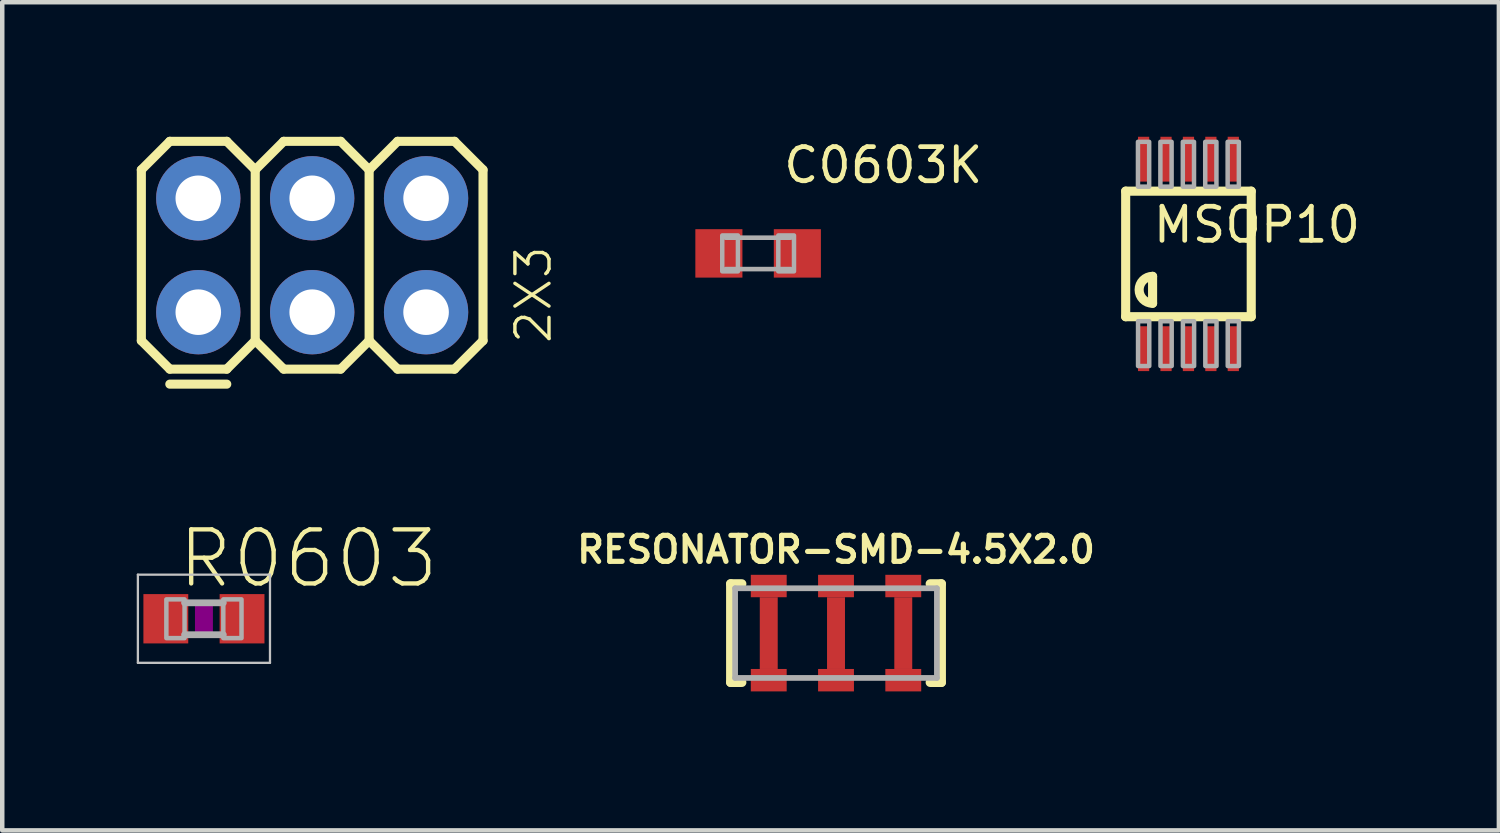
<source format=kicad_pcb>
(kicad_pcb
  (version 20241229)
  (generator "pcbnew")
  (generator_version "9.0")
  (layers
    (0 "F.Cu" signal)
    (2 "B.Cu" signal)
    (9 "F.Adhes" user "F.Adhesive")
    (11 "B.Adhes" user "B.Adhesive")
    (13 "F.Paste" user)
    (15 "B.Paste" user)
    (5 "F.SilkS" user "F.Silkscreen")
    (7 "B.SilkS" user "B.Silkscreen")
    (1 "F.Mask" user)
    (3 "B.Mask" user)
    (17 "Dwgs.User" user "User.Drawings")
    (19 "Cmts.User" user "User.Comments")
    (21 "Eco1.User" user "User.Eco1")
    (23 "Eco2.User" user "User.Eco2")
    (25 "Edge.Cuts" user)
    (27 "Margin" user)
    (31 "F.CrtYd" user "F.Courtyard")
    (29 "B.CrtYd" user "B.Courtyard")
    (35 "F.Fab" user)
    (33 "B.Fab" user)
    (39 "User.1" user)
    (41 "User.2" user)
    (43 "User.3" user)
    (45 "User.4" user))
  (footprint "C0603K"
    (layer "F.Cu")
    (at 13.857 2.601)
    (property "Reference" "C0603K" (at 0.513 -1.522 0) (layer "F.SilkS") (effects (font (size 0.76 0.76) (thickness 0.106)) (justify left bottom)))
    (attr through_hole)
    (fp_line (start -0.725 -0.35) (end 0.725 -0.35) (stroke (width 0.102) (type solid)) (layer "F.Fab"))
    (fp_line (start 0.725 0.35) (end -0.725 0.35) (stroke (width 0.102) (type solid)) (layer "F.Fab"))
    (fp_poly (pts (xy -0.8 0.4) (xy -0.45 0.4) (xy -0.45 -0.4) (xy -0.8 -0.4)) (stroke (width 0.1) (type solid)) (fill no) (layer "F.Fab"))
    (fp_poly (pts (xy 0.45 0.4) (xy 0.8 0.4) (xy 0.8 -0.4) (xy 0.45 -0.4)) (stroke (width 0.1) (type solid)) (fill no) (layer "F.Fab"))
    (pad "1" smd rect (at -0.875 0) (size 1.05 1.08) (layers "F.Cu" "F.Mask" "F.Paste"))
    (pad "2" smd rect (at 0.875 0) (size 1.05 1.08) (layers "F.Cu" "F.Mask" "F.Paste")))
  (footprint "RESONATOR-SMD-4.5X2.0"
    (layer "F.Cu")
    (at 15.594 11.069)
    (property "Reference" "RESONATOR-SMD-4.5X2.0" (at 0 -1.524 180) (layer "F.SilkS") (effects (font (size 0.579 0.579) (thickness 0.116)) (justify bottom)))
    (attr through_hole)
    (fp_poly (pts (xy -1.9 -0.8) (xy -1.1 -0.8) (xy -1.1 -1.3) (xy -1.9 -1.3)) (stroke (width 0) (type solid)) (fill yes) (layer "F.Cu"))
    (fp_poly (pts (xy -1.9 1.3) (xy -1.1 1.3) (xy -1.1 0.8) (xy -1.9 0.8)) (stroke (width 0) (type solid)) (fill yes) (layer "F.Cu"))
    (fp_poly (pts (xy -0.4 -0.8) (xy 0.4 -0.8) (xy 0.4 -1.3) (xy -0.4 -1.3)) (stroke (width 0) (type solid)) (fill yes) (layer "F.Cu"))
    (fp_poly (pts (xy -0.4 1.3) (xy 0.4 1.3) (xy 0.4 0.8) (xy -0.4 0.8)) (stroke (width 0) (type solid)) (fill yes) (layer "F.Cu"))
    (fp_poly (pts (xy 1.1 -0.8) (xy 1.9 -0.8) (xy 1.9 -1.3) (xy 1.1 -1.3)) (stroke (width 0) (type solid)) (fill yes) (layer "F.Cu"))
    (fp_poly (pts (xy 1.1 1.3) (xy 1.9 1.3) (xy 1.9 0.8) (xy 1.1 0.8)) (stroke (width 0) (type solid)) (fill yes) (layer "F.Cu"))
    (fp_poly (pts (xy -2 -0.7) (xy -1 -0.7) (xy -1 -1.4) (xy -2 -1.4)) (stroke (width 0) (type solid)) (fill yes) (layer "F.Mask"))
    (fp_poly (pts (xy -2 1.4) (xy -1 1.4) (xy -1 0.7) (xy -2 0.7)) (stroke (width 0) (type solid)) (fill yes) (layer "F.Mask"))
    (fp_poly (pts (xy -0.5 -0.7) (xy 0.5 -0.7) (xy 0.5 -1.4) (xy -0.5 -1.4)) (stroke (width 0) (type solid)) (fill yes) (layer "F.Mask"))
    (fp_poly (pts (xy -0.5 1.4) (xy 0.5 1.4) (xy 0.5 0.7) (xy -0.5 0.7)) (stroke (width 0) (type solid)) (fill yes) (layer "F.Mask"))
    (fp_poly (pts (xy 1 -0.7) (xy 2 -0.7) (xy 2 -1.4) (xy 1 -1.4)) (stroke (width 0) (type solid)) (fill yes) (layer "F.Mask"))
    (fp_poly (pts (xy 1 1.4) (xy 2 1.4) (xy 2 0.7) (xy 1 0.7)) (stroke (width 0) (type solid)) (fill yes) (layer "F.Mask"))
    (fp_line (start -2.35 1.1) (end -2.35 -1.1) (stroke (width 0.203) (type solid)) (layer "F.SilkS"))
    (fp_line (start -2.1 -1.1) (end -2.35 -1.1) (stroke (width 0.203) (type solid)) (layer "F.SilkS"))
    (fp_line (start -2.1 1.1) (end -2.35 1.1) (stroke (width 0.203) (type solid)) (layer "F.SilkS"))
    (fp_line (start 2.35 -1.1) (end 2.1 -1.1) (stroke (width 0.203) (type solid)) (layer "F.SilkS"))
    (fp_line (start 2.35 1.1) (end 2.1 1.1) (stroke (width 0.203) (type solid)) (layer "F.SilkS"))
    (fp_line (start 2.35 1.1) (end 2.35 -1.1) (stroke (width 0.203) (type solid)) (layer "F.SilkS"))
    (fp_poly (pts (xy -1.9 -0.8) (xy -1.1 -0.8) (xy -1.1 -1.3) (xy -1.9 -1.3)) (stroke (width 0) (type solid)) (fill yes) (layer "F.Paste"))
    (fp_poly (pts (xy -1.9 1.3) (xy -1.1 1.3) (xy -1.1 0.8) (xy -1.9 0.8)) (stroke (width 0) (type solid)) (fill yes) (layer "F.Paste"))
    (fp_poly (pts (xy -0.4 -0.8) (xy 0.4 -0.8) (xy 0.4 -1.3) (xy -0.4 -1.3)) (stroke (width 0) (type solid)) (fill yes) (layer "F.Paste"))
    (fp_poly (pts (xy -0.4 1.3) (xy 0.4 1.3) (xy 0.4 0.8) (xy -0.4 0.8)) (stroke (width 0) (type solid)) (fill yes) (layer "F.Paste"))
    (fp_poly (pts (xy 1.1 -0.8) (xy 1.9 -0.8) (xy 1.9 -1.3) (xy 1.1 -1.3)) (stroke (width 0) (type solid)) (fill yes) (layer "F.Paste"))
    (fp_poly (pts (xy 1.1 1.3) (xy 1.9 1.3) (xy 1.9 0.8) (xy 1.1 0.8)) (stroke (width 0) (type solid)) (fill yes) (layer "F.Paste"))
    (fp_line (start -2.25 -1) (end 2.25 -1) (stroke (width 0.127) (type solid)) (layer "F.Fab"))
    (fp_line (start -2.25 1) (end -2.25 -1) (stroke (width 0.127) (type solid)) (layer "F.Fab"))
    (fp_line (start 2.25 -1) (end 2.25 1) (stroke (width 0.127) (type solid)) (layer "F.Fab"))
    (fp_line (start 2.25 1) (end -2.25 1) (stroke (width 0.127) (type solid)) (layer "F.Fab"))
    (pad "1" smd rect (at -1.5 0) (size 0.4 1.6) (layers "F.Cu" "F.Mask" "F.Paste"))
    (pad "2" smd rect (at 0 0) (size 0.4 1.6) (layers "F.Cu" "F.Mask" "F.Paste"))
    (pad "3" smd rect (at 1.5 0) (size 0.4 1.6) (layers "F.Cu" "F.Mask" "F.Paste")))
  (footprint "R0603"
    (layer "F.Cu")
    (at 1.498 10.749)
    (property "Reference" "R0603" (at -0.635 -0.635 0) (layer "F.SilkS") (effects (font (size 1.206 1.206) (thickness 0.097)) (justify left bottom)))
    (attr through_hole)
    (fp_poly (pts (xy -0.2 0.4) (xy 0.2 0.4) (xy 0.2 -0.4) (xy -0.2 -0.4)) (stroke (width 0) (type solid)) (fill yes) (layer "F.Adhes"))
    (fp_line (start -1.473 -0.983) (end 1.473 -0.983) (stroke (width 0.051) (type solid)) (layer "Dwgs.User"))
    (fp_line (start -1.473 0.983) (end -1.473 -0.983) (stroke (width 0.051) (type solid)) (layer "Dwgs.User"))
    (fp_line (start 1.473 -0.983) (end 1.473 0.983) (stroke (width 0.051) (type solid)) (layer "Dwgs.User"))
    (fp_line (start 1.473 0.983) (end -1.473 0.983) (stroke (width 0.051) (type solid)) (layer "Dwgs.User"))
    (fp_line (start -0.432 0.356) (end 0.432 0.356) (stroke (width 0.152) (type solid)) (layer "F.Fab"))
    (fp_line (start 0.432 -0.356) (end -0.432 -0.356) (stroke (width 0.152) (type solid)) (layer "F.Fab"))
    (fp_poly (pts (xy -0.838 0.432) (xy -0.432 0.432) (xy -0.432 -0.432) (xy -0.838 -0.432)) (stroke (width 0.1) (type solid)) (fill no) (layer "F.Fab"))
    (fp_poly (pts (xy 0.432 0.432) (xy 0.838 0.432) (xy 0.838 -0.432) (xy 0.432 -0.432)) (stroke (width 0.1) (type solid)) (fill no) (layer "F.Fab"))
    (pad "1" smd rect (at -0.85 0) (size 1 1.1) (layers "F.Cu" "F.Mask" "F.Paste"))
    (pad "2" smd rect (at 0.85 0) (size 1 1.1) (layers "F.Cu" "F.Mask" "F.Paste")))
  (footprint "MSOP10"
    (layer "F.Cu")
    (at 23.454 2.613)
    (property "Reference" "MSOP10" (at -0.841 -0.205 180) (layer "F.SilkS") (effects (font (size 0.76 0.76) (thickness 0.106)) (justify left bottom)))
    (attr through_hole)
    (fp_line (start -1.4 -1.4) (end 1.4 -1.4) (stroke (width 0.203) (type solid)) (layer "F.SilkS"))
    (fp_line (start -1.4 1.4) (end -1.4 -1.4) (stroke (width 0.203) (type solid)) (layer "F.SilkS"))
    (fp_line (start -0.8 0.5) (end -0.8 1.1) (stroke (width 0.203) (type solid)) (layer "F.SilkS"))
    (fp_line (start 1.4 -1.4) (end 1.4 1.4) (stroke (width 0.203) (type solid)) (layer "F.SilkS"))
    (fp_line (start 1.4 1.4) (end -1.4 1.4) (stroke (width 0.203) (type solid)) (layer "F.SilkS"))
    (fp_arc (start -0.8 1.1) (mid -1.1 0.8) (end -0.8 0.5) (stroke (width 0.2032) (type solid)) (layer "F.SilkS"))
    (fp_poly (pts (xy -1.124 2.5) (xy -0.874 2.5) (xy -0.874 1.5) (xy -1.124 1.5)) (stroke (width 0.1) (type solid)) (fill no) (layer "F.Fab"))
    (fp_poly (pts (xy -0.876 -2.5) (xy -1.126 -2.5) (xy -1.126 -1.5) (xy -0.876 -1.5)) (stroke (width 0.1) (type solid)) (fill no) (layer "F.Fab"))
    (fp_poly (pts (xy -0.624 2.5) (xy -0.374 2.5) (xy -0.374 1.5) (xy -0.624 1.5)) (stroke (width 0.1) (type solid)) (fill no) (layer "F.Fab"))
    (fp_poly (pts (xy -0.376 -2.5) (xy -0.626 -2.5) (xy -0.626 -1.5) (xy -0.376 -1.5)) (stroke (width 0.1) (type solid)) (fill no) (layer "F.Fab"))
    (fp_poly (pts (xy -0.124 2.5) (xy 0.126 2.5) (xy 0.126 1.5) (xy -0.124 1.5)) (stroke (width 0.1) (type solid)) (fill no) (layer "F.Fab"))
    (fp_poly (pts (xy 0.124 -2.5) (xy -0.126 -2.5) (xy -0.126 -1.5) (xy 0.124 -1.5)) (stroke (width 0.1) (type solid)) (fill no) (layer "F.Fab"))
    (fp_poly (pts (xy 0.376 2.5) (xy 0.626 2.5) (xy 0.626 1.5) (xy 0.376 1.5)) (stroke (width 0.1) (type solid)) (fill no) (layer "F.Fab"))
    (fp_poly (pts (xy 0.624 -2.5) (xy 0.374 -2.5) (xy 0.374 -1.5) (xy 0.624 -1.5)) (stroke (width 0.1) (type solid)) (fill no) (layer "F.Fab"))
    (fp_poly (pts (xy 0.876 2.5) (xy 1.126 2.5) (xy 1.126 1.5) (xy 0.876 1.5)) (stroke (width 0.1) (type solid)) (fill no) (layer "F.Fab"))
    (fp_poly (pts (xy 1.124 -2.5) (xy 0.874 -2.5) (xy 0.874 -1.5) (xy 1.124 -1.5)) (stroke (width 0.1) (type solid)) (fill no) (layer "F.Fab"))
    (pad "1" smd rect (at -1 2.113) (size 0.25 1) (layers "F.Cu" "F.Mask" "F.Paste"))
    (pad "2" smd rect (at -0.5 2.113) (size 0.25 1) (layers "F.Cu" "F.Mask" "F.Paste"))
    (pad "3" smd rect (at 0 2.113) (size 0.25 1) (layers "F.Cu" "F.Mask" "F.Paste"))
    (pad "4" smd rect (at 0.5 2.113) (size 0.25 1) (layers "F.Cu" "F.Mask" "F.Paste"))
    (pad "5" smd rect (at 1 2.113) (size 0.25 1) (layers "F.Cu" "F.Mask" "F.Paste"))
    (pad "6" smd rect (at 1 -2.113 180) (size 0.25 1) (layers "F.Cu" "F.Mask" "F.Paste"))
    (pad "7" smd rect (at 0.5 -2.113 180) (size 0.25 1) (layers "F.Cu" "F.Mask" "F.Paste"))
    (pad "8" smd rect (at 0 -2.113 180) (size 0.25 1) (layers "F.Cu" "F.Mask" "F.Paste"))
    (pad "9" smd rect (at -0.5 -2.113 180) (size 0.25 1) (layers "F.Cu" "F.Mask" "F.Paste"))
    (pad "10" smd rect (at -1 -2.113 180) (size 0.25 1) (layers "F.Cu" "F.Mask" "F.Paste")))
  (footprint "2X3"
    (layer "F.Cu")
    (at 1.372 3.912)
    (property "Reference" "2X3" (at 7.918 0.746 270) (layer "F.SilkS") (effects (font (size 0.76 0.76) (thickness 0.076)) (justify left bottom)))
    (attr through_hole)
    (fp_line (start -1.27 -3.175) (end -0.635 -3.81) (stroke (width 0.203) (type solid)) (layer "F.SilkS"))
    (fp_line (start -1.27 0.635) (end -1.27 -3.175) (stroke (width 0.203) (type solid)) (layer "F.SilkS"))
    (fp_line (start -1.27 0.635) (end -0.635 1.27) (stroke (width 0.203) (type solid)) (layer "F.SilkS"))
    (fp_line (start -0.635 -3.81) (end 0.635 -3.81) (stroke (width 0.203) (type solid)) (layer "F.SilkS"))
    (fp_line (start -0.635 1.27) (end 0.635 1.27) (stroke (width 0.203) (type solid)) (layer "F.SilkS"))
    (fp_line (start 0.635 -3.81) (end 1.27 -3.175) (stroke (width 0.203) (type solid)) (layer "F.SilkS"))
    (fp_line (start 0.635 1.27) (end 1.27 0.635) (stroke (width 0.203) (type solid)) (layer "F.SilkS"))
    (fp_line (start 0.635 1.605) (end -0.635 1.605) (stroke (width 0.203) (type solid)) (layer "F.SilkS"))
    (fp_line (start 1.27 -3.175) (end 1.27 0.635) (stroke (width 0.203) (type solid)) (layer "F.SilkS"))
    (fp_line (start 1.27 -3.175) (end 1.905 -3.81) (stroke (width 0.203) (type solid)) (layer "F.SilkS"))
    (fp_line (start 1.27 0.635) (end 1.905 1.27) (stroke (width 0.203) (type solid)) (layer "F.SilkS"))
    (fp_line (start 1.905 -3.81) (end 3.175 -3.81) (stroke (width 0.203) (type solid)) (layer "F.SilkS"))
    (fp_line (start 1.905 1.27) (end 3.175 1.27) (stroke (width 0.203) (type solid)) (layer "F.SilkS"))
    (fp_line (start 3.175 -3.81) (end 3.81 -3.175) (stroke (width 0.203) (type solid)) (layer "F.SilkS"))
    (fp_line (start 3.175 1.27) (end 3.81 0.635) (stroke (width 0.203) (type solid)) (layer "F.SilkS"))
    (fp_line (start 3.81 -3.175) (end 3.81 0.635) (stroke (width 0.203) (type solid)) (layer "F.SilkS"))
    (fp_line (start 3.81 -3.175) (end 4.445 -3.81) (stroke (width 0.203) (type solid)) (layer "F.SilkS"))
    (fp_line (start 3.81 0.635) (end 4.445 1.27) (stroke (width 0.203) (type solid)) (layer "F.SilkS"))
    (fp_line (start 4.445 -3.81) (end 5.715 -3.81) (stroke (width 0.203) (type solid)) (layer "F.SilkS"))
    (fp_line (start 4.445 1.27) (end 5.715 1.27) (stroke (width 0.203) (type solid)) (layer "F.SilkS"))
    (fp_line (start 5.715 -3.81) (end 6.35 -3.175) (stroke (width 0.203) (type solid)) (layer "F.SilkS"))
    (fp_line (start 5.715 1.27) (end 6.35 0.635) (stroke (width 0.203) (type solid)) (layer "F.SilkS"))
    (fp_line (start 6.35 -3.175) (end 6.35 0.635) (stroke (width 0.203) (type solid)) (layer "F.SilkS"))
    (fp_poly (pts (xy -0.254 -2.286) (xy 0.254 -2.286) (xy 0.254 -2.794) (xy -0.254 -2.794)) (stroke (width 0.1) (type solid)) (fill no) (layer "F.Fab"))
    (fp_poly (pts (xy -0.254 0.254) (xy 0.254 0.254) (xy 0.254 -0.254) (xy -0.254 -0.254)) (stroke (width 0.1) (type solid)) (fill no) (layer "F.Fab"))
    (fp_poly (pts (xy 2.286 -2.286) (xy 2.794 -2.286) (xy 2.794 -2.794) (xy 2.286 -2.794)) (stroke (width 0.1) (type solid)) (fill no) (layer "F.Fab"))
    (fp_poly (pts (xy 2.286 0.254) (xy 2.794 0.254) (xy 2.794 -0.254) (xy 2.286 -0.254)) (stroke (width 0.1) (type solid)) (fill no) (layer "F.Fab"))
    (fp_poly (pts (xy 4.826 -2.286) (xy 5.334 -2.286) (xy 5.334 -2.794) (xy 4.826 -2.794)) (stroke (width 0.1) (type solid)) (fill no) (layer "F.Fab"))
    (fp_poly (pts (xy 4.826 0.254) (xy 5.334 0.254) (xy 5.334 -0.254) (xy 4.826 -0.254)) (stroke (width 0.1) (type solid)) (fill no) (layer "F.Fab"))
    (pad "1" thru_hole circle (at 0 0) (size 1.88 1.88) (drill 1.016) (layers "*.Cu" "*.Mask"))
    (pad "2" thru_hole circle (at 0 -2.54) (size 1.88 1.88) (drill 1.016) (layers "*.Cu" "*.Mask"))
    (pad "3" thru_hole circle (at 2.54 0) (size 1.88 1.88) (drill 1.016) (layers "*.Cu" "*.Mask"))
    (pad "4" thru_hole circle (at 2.54 -2.54) (size 1.88 1.88) (drill 1.016) (layers "*.Cu" "*.Mask"))
    (pad "5" thru_hole circle (at 5.08 0) (size 1.88 1.88) (drill 1.016) (layers "*.Cu" "*.Mask"))
    (pad "6" thru_hole circle (at 5.08 -2.54) (size 1.88 1.88) (drill 1.016) (layers "*.Cu" "*.Mask")))
  (gr_rect
    (start -3 -3)
    (end 30.377 15.469)
    (stroke (width 0.1) (type default))
    (fill no)
    (layer "Edge.Cuts")))
</source>
